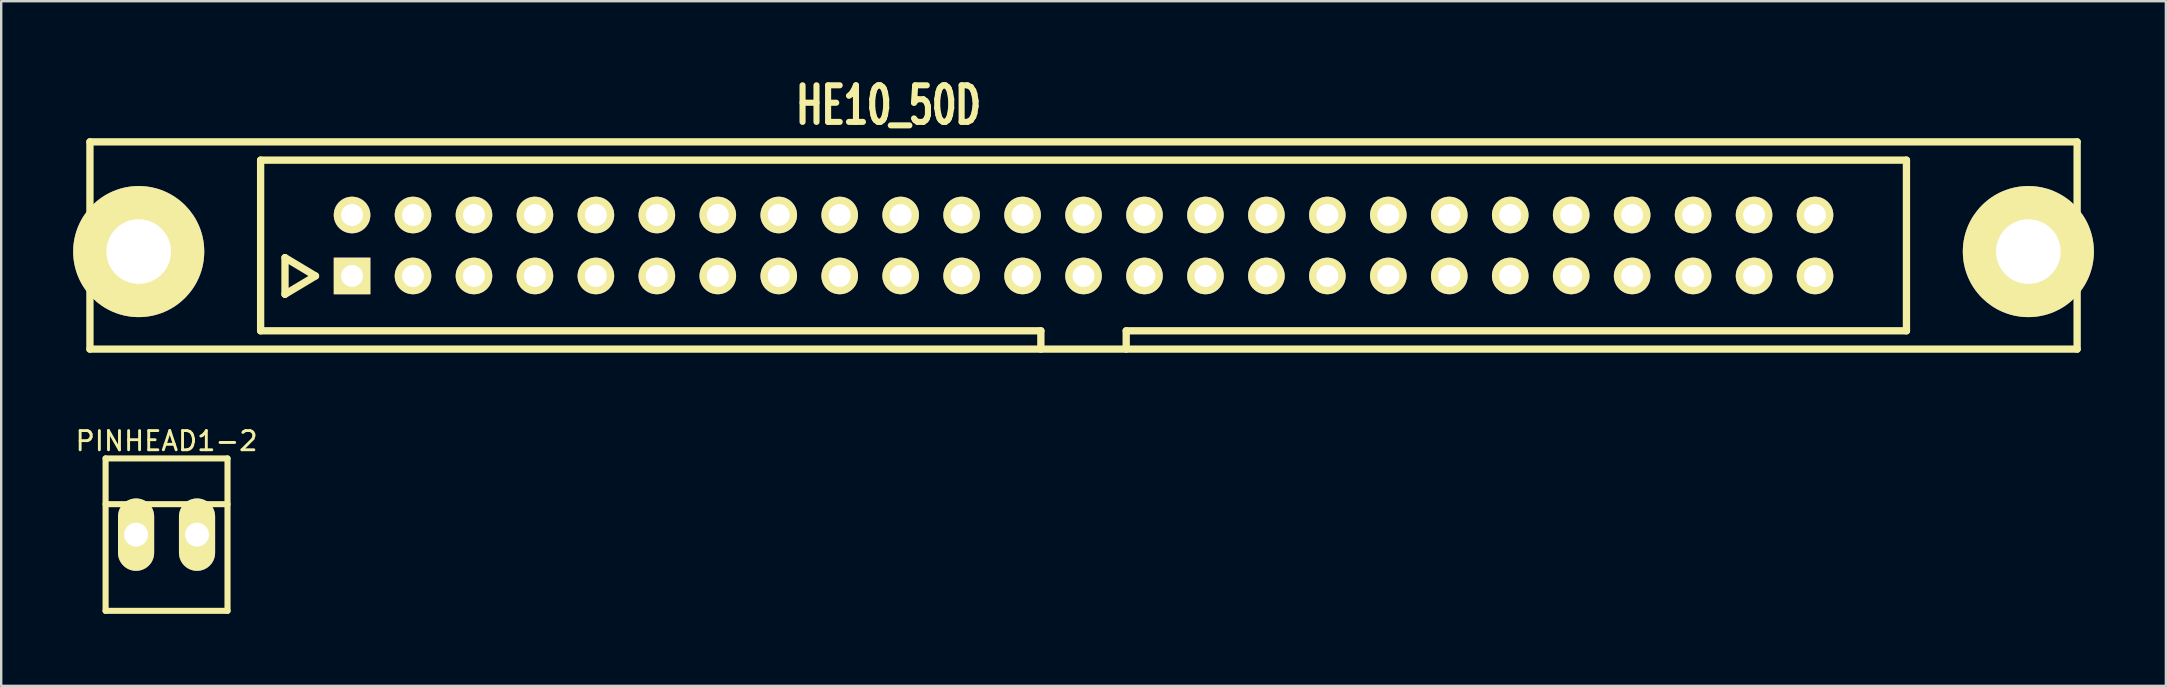
<source format=kicad_pcb>
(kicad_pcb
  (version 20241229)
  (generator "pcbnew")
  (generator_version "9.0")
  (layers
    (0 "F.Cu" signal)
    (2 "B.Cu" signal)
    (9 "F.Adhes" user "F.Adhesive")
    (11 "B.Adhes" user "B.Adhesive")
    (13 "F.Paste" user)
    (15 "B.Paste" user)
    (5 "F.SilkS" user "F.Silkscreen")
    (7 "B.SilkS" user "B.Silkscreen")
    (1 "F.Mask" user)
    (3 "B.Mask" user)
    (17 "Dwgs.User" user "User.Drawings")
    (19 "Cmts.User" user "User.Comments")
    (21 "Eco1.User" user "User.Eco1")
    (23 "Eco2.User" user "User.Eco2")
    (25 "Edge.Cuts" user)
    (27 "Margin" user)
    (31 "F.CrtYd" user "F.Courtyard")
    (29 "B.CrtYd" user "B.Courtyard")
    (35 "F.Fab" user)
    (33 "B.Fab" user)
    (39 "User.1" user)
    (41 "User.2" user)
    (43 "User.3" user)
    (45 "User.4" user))
  (footprint "HE10_50D"
    (layer "F.Cu")
    (at 42.1 7.179)
    (property "Reference" "HE10_50D" (at -8.128 -5.842 0) (layer "F.SilkS") (effects (font (size 1.524 1.016) (thickness 0.305))))
    (attr through_hole)
    (fp_line (start -41.402 -4.318) (end -41.402 4.318) (stroke (width 0.305) (type solid)) (layer "F.SilkS"))
    (fp_line (start -41.402 4.318) (end 41.402 4.318) (stroke (width 0.305) (type solid)) (layer "F.SilkS"))
    (fp_line (start -34.29 -3.556) (end 34.29 -3.556) (stroke (width 0.305) (type solid)) (layer "F.SilkS"))
    (fp_line (start -34.29 3.556) (end -34.29 -3.556) (stroke (width 0.305) (type solid)) (layer "F.SilkS"))
    (fp_line (start -33.274 0.508) (end -33.274 2.032) (stroke (width 0.305) (type solid)) (layer "F.SilkS"))
    (fp_line (start -33.274 2.032) (end -32.004 1.27) (stroke (width 0.305) (type solid)) (layer "F.SilkS"))
    (fp_line (start -32.004 1.27) (end -33.274 0.508) (stroke (width 0.305) (type solid)) (layer "F.SilkS"))
    (fp_line (start -1.778 3.556) (end -34.29 3.556) (stroke (width 0.305) (type solid)) (layer "F.SilkS"))
    (fp_line (start -1.778 4.318) (end -1.778 3.556) (stroke (width 0.305) (type solid)) (layer "F.SilkS"))
    (fp_line (start 1.778 3.556) (end 1.778 4.318) (stroke (width 0.305) (type solid)) (layer "F.SilkS"))
    (fp_line (start 34.29 -3.556) (end 34.29 3.556) (stroke (width 0.305) (type solid)) (layer "F.SilkS"))
    (fp_line (start 34.29 3.556) (end 1.778 3.556) (stroke (width 0.305) (type solid)) (layer "F.SilkS"))
    (fp_line (start 41.402 -4.318) (end -41.402 -4.318) (stroke (width 0.305) (type solid)) (layer "F.SilkS"))
    (fp_line (start 41.402 4.318) (end 41.402 -4.318) (stroke (width 0.305) (type solid)) (layer "F.SilkS"))
    (pad "" thru_hole circle (at -39.37 0.254) (size 5.461 5.461) (drill 2.692) (layers "*.Cu" "*.Mask" "F.SilkS"))
    (pad "" thru_hole circle (at 39.37 0.254) (size 5.461 5.461) (drill 2.692) (layers "*.Cu" "*.Mask" "F.SilkS"))
    (pad "1" thru_hole rect (at -30.48 1.27) (size 1.524 1.524) (drill 0.914) (layers "*.Cu" "*.Mask" "F.SilkS"))
    (pad "2" thru_hole circle (at -30.48 -1.27) (size 1.524 1.524) (drill 0.914) (layers "*.Cu" "*.Mask" "F.SilkS"))
    (pad "3" thru_hole circle (at -27.94 1.27) (size 1.524 1.524) (drill 0.914) (layers "*.Cu" "*.Mask" "F.SilkS"))
    (pad "4" thru_hole circle (at -27.94 -1.27) (size 1.524 1.524) (drill 0.914) (layers "*.Cu" "*.Mask" "F.SilkS"))
    (pad "5" thru_hole circle (at -25.4 1.27) (size 1.524 1.524) (drill 0.914) (layers "*.Cu" "*.Mask" "F.SilkS"))
    (pad "6" thru_hole circle (at -25.4 -1.27) (size 1.524 1.524) (drill 0.914) (layers "*.Cu" "*.Mask" "F.SilkS"))
    (pad "7" thru_hole circle (at -22.86 1.27) (size 1.524 1.524) (drill 0.914) (layers "*.Cu" "*.Mask" "F.SilkS"))
    (pad "8" thru_hole circle (at -22.86 -1.27) (size 1.524 1.524) (drill 0.914) (layers "*.Cu" "*.Mask" "F.SilkS"))
    (pad "9" thru_hole circle (at -20.32 1.27) (size 1.524 1.524) (drill 0.914) (layers "*.Cu" "*.Mask" "F.SilkS"))
    (pad "10" thru_hole circle (at -20.32 -1.27) (size 1.524 1.524) (drill 0.914) (layers "*.Cu" "*.Mask" "F.SilkS"))
    (pad "11" thru_hole circle (at -17.78 1.27) (size 1.524 1.524) (drill 0.914) (layers "*.Cu" "*.Mask" "F.SilkS"))
    (pad "12" thru_hole circle (at -17.78 -1.27) (size 1.524 1.524) (drill 0.914) (layers "*.Cu" "*.Mask" "F.SilkS"))
    (pad "13" thru_hole circle (at -15.24 1.27) (size 1.524 1.524) (drill 0.914) (layers "*.Cu" "*.Mask" "F.SilkS"))
    (pad "14" thru_hole circle (at -15.24 -1.27) (size 1.524 1.524) (drill 0.914) (layers "*.Cu" "*.Mask" "F.SilkS"))
    (pad "15" thru_hole circle (at -12.7 1.27) (size 1.524 1.524) (drill 0.914) (layers "*.Cu" "*.Mask" "F.SilkS"))
    (pad "16" thru_hole circle (at -12.7 -1.27) (size 1.524 1.524) (drill 0.914) (layers "*.Cu" "*.Mask" "F.SilkS"))
    (pad "17" thru_hole circle (at -10.16 1.27) (size 1.524 1.524) (drill 0.914) (layers "*.Cu" "*.Mask" "F.SilkS"))
    (pad "18" thru_hole circle (at -10.16 -1.27) (size 1.524 1.524) (drill 0.914) (layers "*.Cu" "*.Mask" "F.SilkS"))
    (pad "19" thru_hole circle (at -7.62 1.27) (size 1.524 1.524) (drill 0.914) (layers "*.Cu" "*.Mask" "F.SilkS"))
    (pad "20" thru_hole circle (at -7.62 -1.27) (size 1.524 1.524) (drill 0.914) (layers "*.Cu" "*.Mask" "F.SilkS"))
    (pad "21" thru_hole circle (at -5.08 1.27) (size 1.524 1.524) (drill 0.914) (layers "*.Cu" "*.Mask" "F.SilkS"))
    (pad "22" thru_hole circle (at -5.08 -1.27) (size 1.524 1.524) (drill 0.914) (layers "*.Cu" "*.Mask" "F.SilkS"))
    (pad "23" thru_hole circle (at -2.54 1.27) (size 1.524 1.524) (drill 0.914) (layers "*.Cu" "*.Mask" "F.SilkS"))
    (pad "24" thru_hole circle (at -2.54 -1.27) (size 1.524 1.524) (drill 0.914) (layers "*.Cu" "*.Mask" "F.SilkS"))
    (pad "25" thru_hole circle (at 0 1.27) (size 1.524 1.524) (drill 0.914) (layers "*.Cu" "*.Mask" "F.SilkS"))
    (pad "26" thru_hole circle (at 0 -1.27) (size 1.524 1.524) (drill 0.914) (layers "*.Cu" "*.Mask" "F.SilkS"))
    (pad "27" thru_hole circle (at 2.54 1.27) (size 1.524 1.524) (drill 0.914) (layers "*.Cu" "*.Mask" "F.SilkS"))
    (pad "28" thru_hole circle (at 2.54 -1.27) (size 1.524 1.524) (drill 0.914) (layers "*.Cu" "*.Mask" "F.SilkS"))
    (pad "29" thru_hole circle (at 5.08 1.27) (size 1.524 1.524) (drill 0.914) (layers "*.Cu" "*.Mask" "F.SilkS"))
    (pad "30" thru_hole circle (at 5.08 -1.27) (size 1.524 1.524) (drill 0.914) (layers "*.Cu" "*.Mask" "F.SilkS"))
    (pad "31" thru_hole circle (at 7.62 1.27) (size 1.524 1.524) (drill 0.914) (layers "*.Cu" "*.Mask" "F.SilkS"))
    (pad "32" thru_hole circle (at 7.62 -1.27) (size 1.524 1.524) (drill 0.914) (layers "*.Cu" "*.Mask" "F.SilkS"))
    (pad "33" thru_hole circle (at 10.16 1.27) (size 1.524 1.524) (drill 0.914) (layers "*.Cu" "*.Mask" "F.SilkS"))
    (pad "34" thru_hole circle (at 10.16 -1.27) (size 1.524 1.524) (drill 0.914) (layers "*.Cu" "*.Mask" "F.SilkS"))
    (pad "35" thru_hole circle (at 12.7 1.27) (size 1.524 1.524) (drill 0.914) (layers "*.Cu" "*.Mask" "F.SilkS"))
    (pad "36" thru_hole circle (at 12.7 -1.27) (size 1.524 1.524) (drill 0.914) (layers "*.Cu" "*.Mask" "F.SilkS"))
    (pad "37" thru_hole circle (at 15.24 1.27) (size 1.524 1.524) (drill 0.914) (layers "*.Cu" "*.Mask" "F.SilkS"))
    (pad "38" thru_hole circle (at 15.24 -1.27) (size 1.524 1.524) (drill 0.914) (layers "*.Cu" "*.Mask" "F.SilkS"))
    (pad "39" thru_hole circle (at 17.78 1.27) (size 1.524 1.524) (drill 0.914) (layers "*.Cu" "*.Mask" "F.SilkS"))
    (pad "40" thru_hole circle (at 17.78 -1.27) (size 1.524 1.524) (drill 0.914) (layers "*.Cu" "*.Mask" "F.SilkS"))
    (pad "41" thru_hole circle (at 20.32 1.27) (size 1.524 1.524) (drill 0.914) (layers "*.Cu" "*.Mask" "F.SilkS"))
    (pad "42" thru_hole circle (at 20.32 -1.27) (size 1.524 1.524) (drill 0.914) (layers "*.Cu" "*.Mask" "F.SilkS"))
    (pad "43" thru_hole circle (at 22.86 1.27) (size 1.524 1.524) (drill 0.914) (layers "*.Cu" "*.Mask" "F.SilkS"))
    (pad "44" thru_hole circle (at 22.86 -1.27) (size 1.524 1.524) (drill 0.914) (layers "*.Cu" "*.Mask" "F.SilkS"))
    (pad "45" thru_hole circle (at 25.4 1.27) (size 1.524 1.524) (drill 0.914) (layers "*.Cu" "*.Mask" "F.SilkS"))
    (pad "46" thru_hole circle (at 25.4 -1.27) (size 1.524 1.524) (drill 0.914) (layers "*.Cu" "*.Mask" "F.SilkS"))
    (pad "47" thru_hole circle (at 27.94 1.27) (size 1.524 1.524) (drill 0.914) (layers "*.Cu" "*.Mask" "F.SilkS"))
    (pad "48" thru_hole circle (at 27.94 -1.27) (size 1.524 1.524) (drill 0.914) (layers "*.Cu" "*.Mask" "F.SilkS"))
    (pad "49" thru_hole circle (at 30.48 1.27) (size 1.524 1.524) (drill 0.914) (layers "*.Cu" "*.Mask" "F.SilkS"))
    (pad "50" thru_hole circle (at 30.48 -1.27) (size 1.524 1.524) (drill 0.914) (layers "*.Cu" "*.Mask" "F.SilkS")))
  (footprint "PINHEAD1-2"
    (layer "F.Cu")
    (at 3.89 19.228)
    (property "Reference" "PINHEAD1-2" (at 0 -3.9 0) (layer "F.SilkS") (effects (font (size 0.8 0.8) (thickness 0.12))))
    (attr exclude_from_pos_files exclude_from_bom)
    (fp_line (start -2.54 -3.175) (end -2.54 3.175) (stroke (width 0.254) (type solid)) (layer "F.SilkS"))
    (fp_line (start -2.54 -3.175) (end 2.54 -3.175) (stroke (width 0.254) (type solid)) (layer "F.SilkS"))
    (fp_line (start 2.54 -3.175) (end 2.54 3.175) (stroke (width 0.254) (type solid)) (layer "F.SilkS"))
    (fp_line (start 2.54 -1.27) (end -2.54 -1.27) (stroke (width 0.254) (type solid)) (layer "F.SilkS"))
    (fp_line (start 2.54 3.175) (end -2.54 3.175) (stroke (width 0.254) (type solid)) (layer "F.SilkS"))
    (pad "1" thru_hole oval (at -1.27 0) (size 1.506 3.015) (drill 0.998) (layers "*.Cu" "*.Mask" "F.SilkS"))
    (pad "2" thru_hole oval (at 1.27 0) (size 1.506 3.015) (drill 0.998) (layers "*.Cu" "*.Mask" "F.SilkS")))
  (gr_rect
    (start -3 -3)
    (end 87.201 25.53)
    (stroke (width 0.1) (type default))
    (fill no)
    (layer "Edge.Cuts")))
</source>
